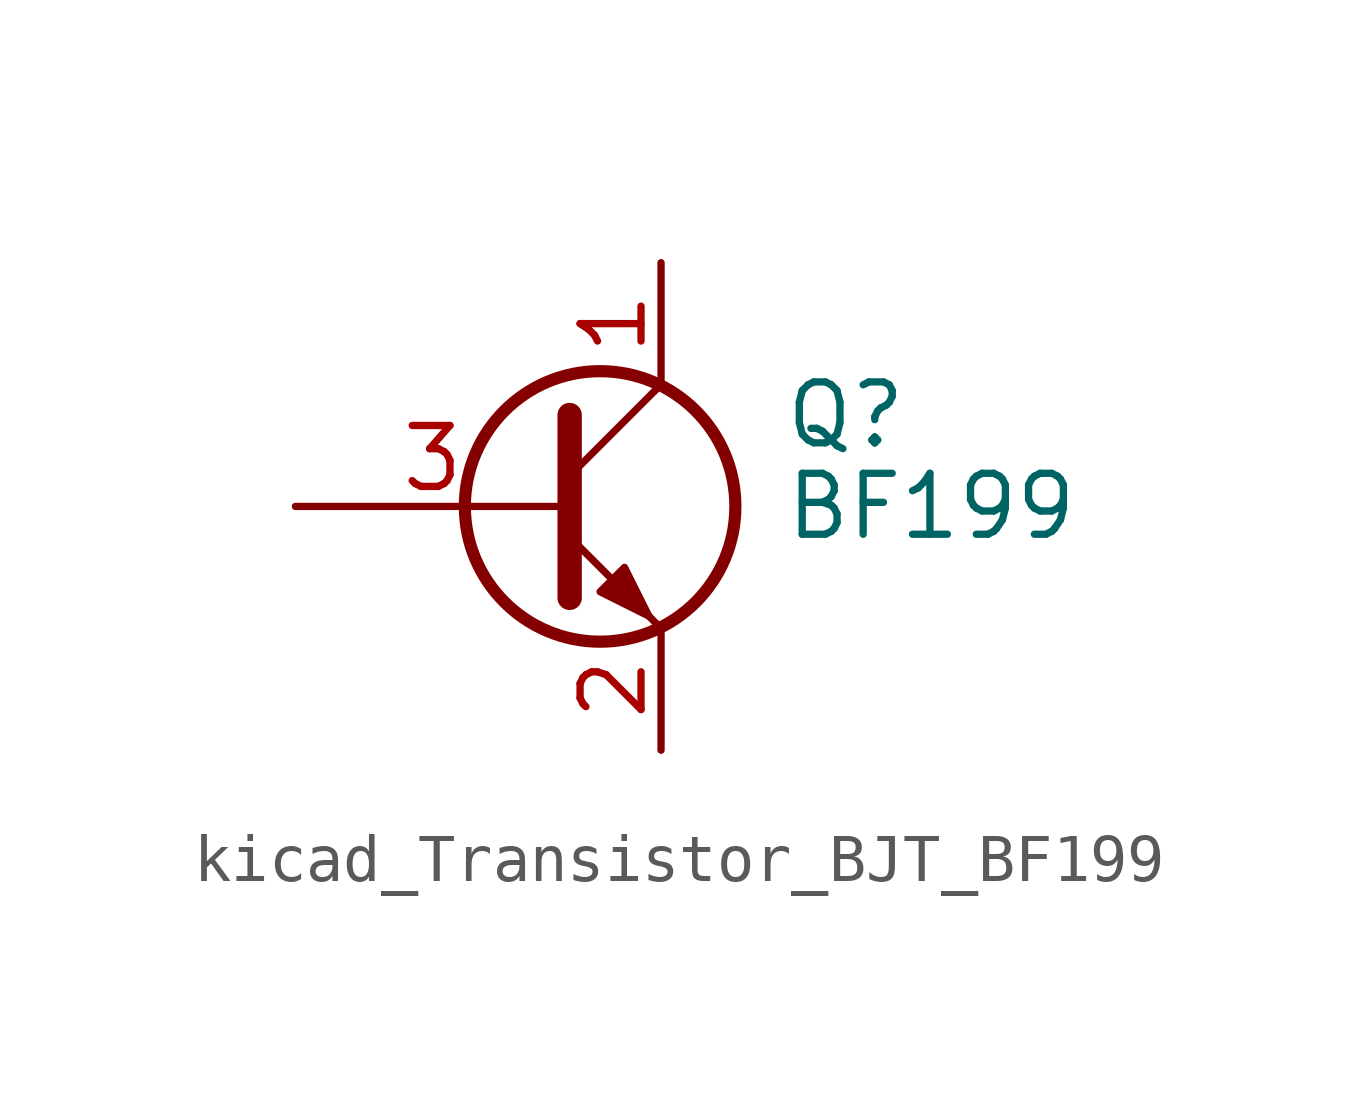
<source format=kicad_sym>
(kicad_symbol_lib
  (version 20220914)
  (generator kicad_symbol_editor)
  (symbol "kicad_Transistor_BJT_BF199"
    (pin_names
      (offset 0) hide)
    (property "Reference" "Q"
      (at 5.08 1.905 0)
      (effects (font (size 1.27 1.27)) (justify left)))
    (property "Value" "BF199"
      (at 5.08 0 0)
      (effects (font (size 1.27 1.27)) (justify left)))
    (symbol "kicad_Transistor_BJT_BF199_0_1"
      (polyline (pts (xy 0.635 0.635) (xy 2.54 2.54)) (stroke (width 0) (type default)) (fill (type none)))
      (polyline (pts (xy 0.635 -0.635) (xy 2.54 -2.54) (xy 2.54 -2.54)) (stroke (width 0) (type default)) (fill (type none)))
      (polyline (pts (xy 0.635 1.905) (xy 0.635 -1.905) (xy 0.635 -1.905)) (stroke (width 0.508) (type default)) (fill (type none)))
      (polyline (pts (xy 1.27 -1.778) (xy 1.778 -1.27) (xy 2.286 -2.286) (xy 1.27 -1.778) (xy 1.27 -1.778)) (stroke (width 0) (type default)) (fill (type outline)))
      (circle (center 1.27 0) (radius 2.819) (stroke (width 0.254) (type default)) (fill (type none))))
    (symbol "kicad_Transistor_BJT_BF199_1_1"
      (pin passive line (at 2.54 5.08 270) (length 2.54) (name "C" (effects (font (size 1.27 1.27)))) (number "1" (effects (font (size 1.27 1.27)))))
      (pin passive line (at 2.54 -5.08 90) (length 2.54) (name "E" (effects (font (size 1.27 1.27)))) (number "2" (effects (font (size 1.27 1.27)))))
      (pin input line (at -5.08 0 0) (length 5.715) (name "B" (effects (font (size 1.27 1.27)))) (number "3" (effects (font (size 1.27 1.27))))))))
</source>
